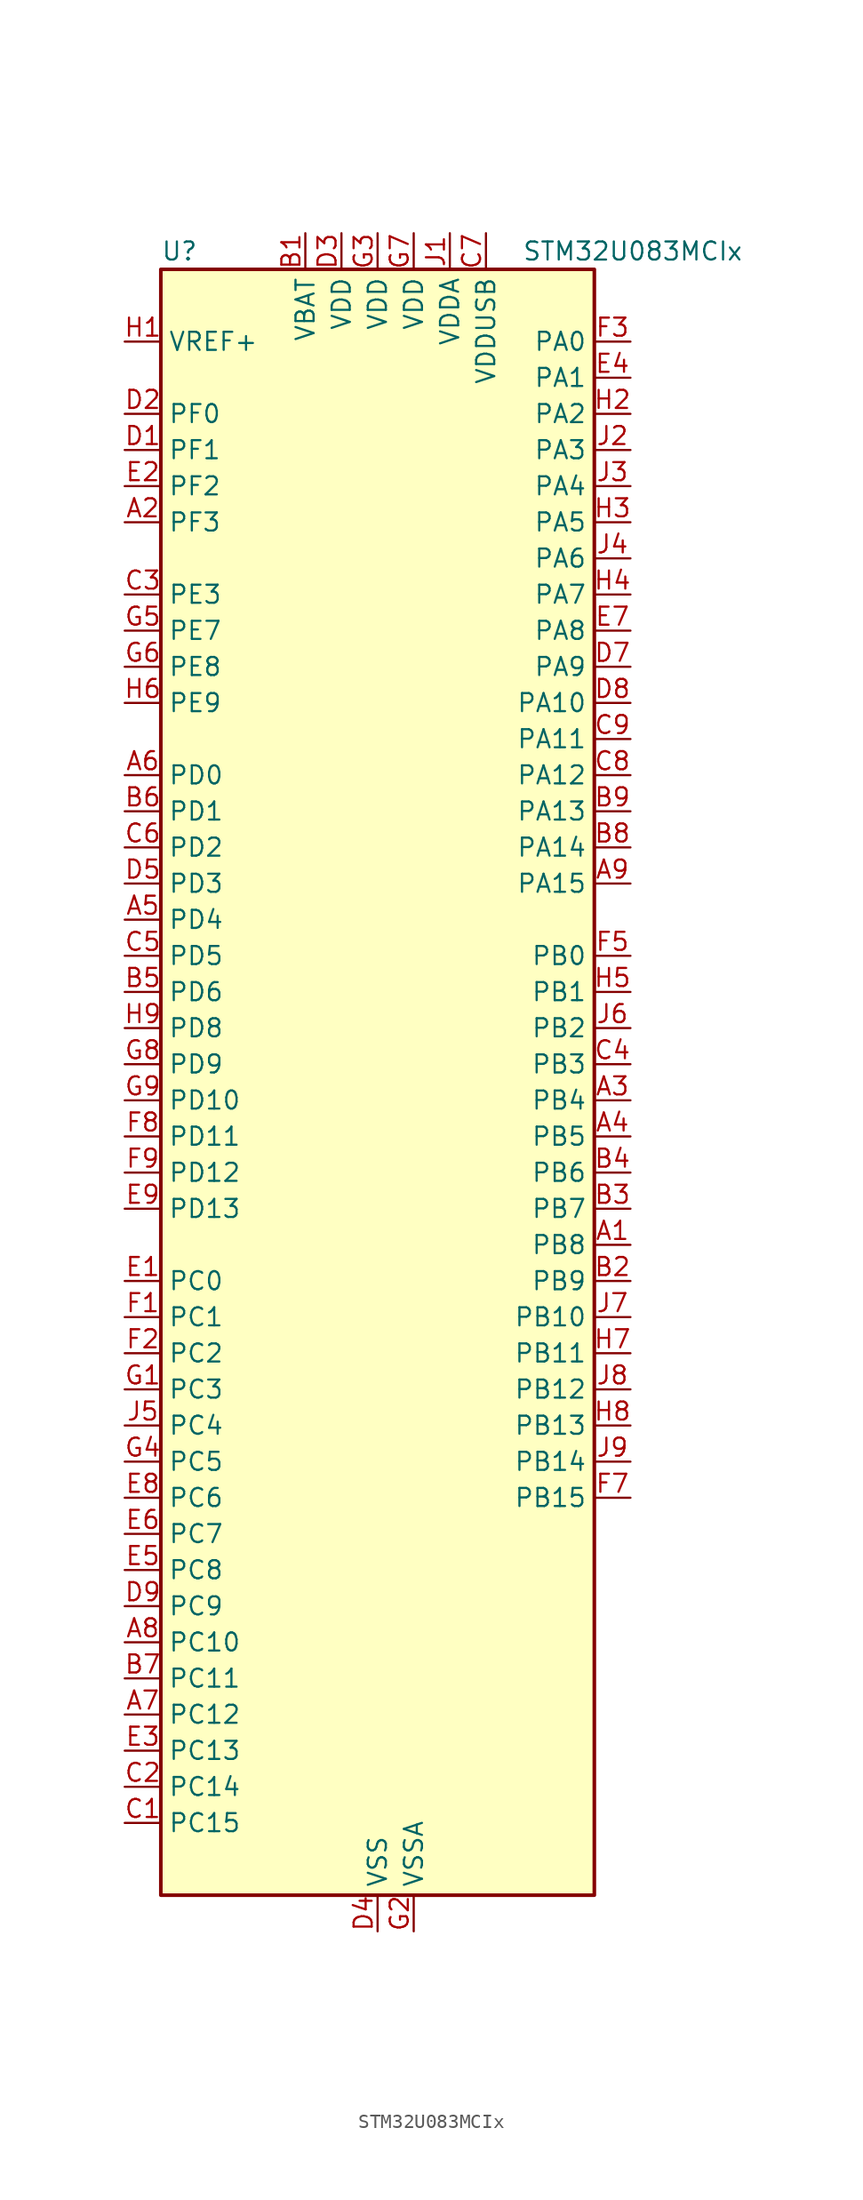
<source format=kicad_sym>
(kicad_symbol_lib
  (version 20241209)
  (generator "kicad_symbol_editor")
  (generator_version "9.0")
  (symbol "STM32U083MCIx"
    (property "Reference" "U"
      (at -15.24 59.69 0)
      (effects (font (size 1.27 1.27)) (justify left)))
    (property "Value" "STM32U083MCIx"
      (at 10.16 59.69 0)
      (effects (font (size 1.27 1.27)) (justify left)))
    (symbol "STM32U083MCIx_0_1"
      (rectangle (start -15.24 -55.88) (end 15.24 58.42) (stroke (width 0.254) (type default)) (fill (type background))))
    (symbol "STM32U083MCIx_1_1"
      (pin input line (at -17.78 53.34 0) (length 2.54) (name "VREF+" (effects (font (size 1.27 1.27)))) (number "H1" (effects (font (size 1.27 1.27)))) (alternate "VREFBUF_OUT" bidirectional line))
      (pin bidirectional line (at -17.78 48.26 0) (length 2.54) (name "PF0" (effects (font (size 1.27 1.27)))) (number "D2" (effects (font (size 1.27 1.27)))) (alternate "RCC_OSC_IN" bidirectional line))
      (pin bidirectional line (at -17.78 45.72 0) (length 2.54) (name "PF1" (effects (font (size 1.27 1.27)))) (number "D1" (effects (font (size 1.27 1.27)))) (alternate "RCC_OSC_EN" bidirectional line) (alternate "RCC_OSC_OUT" bidirectional line))
      (pin bidirectional line (at -17.78 43.18 0) (length 2.54) (name "PF2" (effects (font (size 1.27 1.27)))) (number "E2" (effects (font (size 1.27 1.27)))) (alternate "RCC_MCO" bidirectional line))
      (pin bidirectional line (at -17.78 40.64 0) (length 2.54) (name "PF3" (effects (font (size 1.27 1.27)))) (number "A2" (effects (font (size 1.27 1.27)))))
      (pin bidirectional line (at -17.78 35.56 0) (length 2.54) (name "PE3" (effects (font (size 1.27 1.27)))) (number "C3" (effects (font (size 1.27 1.27)))) (alternate "TIM3_CH1" bidirectional line))
      (pin bidirectional line (at -17.78 33.02 0) (length 2.54) (name "PE7" (effects (font (size 1.27 1.27)))) (number "G5" (effects (font (size 1.27 1.27)))) (alternate "LCD_SEG45" bidirectional line) (alternate "TIM1_ETR" bidirectional line))
      (pin bidirectional line (at -17.78 30.48 0) (length 2.54) (name "PE8" (effects (font (size 1.27 1.27)))) (number "G6" (effects (font (size 1.27 1.27)))) (alternate "LCD_SEG46" bidirectional line) (alternate "TIM1_CH1N" bidirectional line))
      (pin bidirectional line (at -17.78 27.94 0) (length 2.54) (name "PE9" (effects (font (size 1.27 1.27)))) (number "H6" (effects (font (size 1.27 1.27)))) (alternate "DAC1_EXTI9" bidirectional line) (alternate "LCD_SEG47" bidirectional line) (alternate "LPTIM1_CH3" bidirectional line) (alternate "TIM1_CH1" bidirectional line))
      (pin bidirectional line (at -17.78 22.86 0) (length 2.54) (name "PD0" (effects (font (size 1.27 1.27)))) (number "A6" (effects (font (size 1.27 1.27)))) (alternate "LCD_SEG34" bidirectional line) (alternate "SPI2_NSS" bidirectional line))
      (pin bidirectional line (at -17.78 20.32 0) (length 2.54) (name "PD1" (effects (font (size 1.27 1.27)))) (number "B6" (effects (font (size 1.27 1.27)))) (alternate "LCD_SEG35" bidirectional line) (alternate "LPTIM1_CH4" bidirectional line) (alternate "SPI2_SCK" bidirectional line))
      (pin bidirectional line (at -17.78 17.78 0) (length 2.54) (name "PD2" (effects (font (size 1.27 1.27)))) (number "C6" (effects (font (size 1.27 1.27)))) (alternate "LCD_COM7" bidirectional line) (alternate "LCD_SEG31" bidirectional line) (alternate "LCD_SEG51" bidirectional line) (alternate "TIM3_ETR" bidirectional line) (alternate "TSC_SYNC" bidirectional line) (alternate "USART3_DE" bidirectional line) (alternate "USART3_RTS" bidirectional line))
      (pin bidirectional line (at -17.78 15.24 0) (length 2.54) (name "PD3" (effects (font (size 1.27 1.27)))) (number "D5" (effects (font (size 1.27 1.27)))) (alternate "LCD_SEG36" bidirectional line) (alternate "SPI2_MISO" bidirectional line) (alternate "USART2_CTS" bidirectional line))
      (pin bidirectional line (at -17.78 12.7 0) (length 2.54) (name "PD4" (effects (font (size 1.27 1.27)))) (number "A5" (effects (font (size 1.27 1.27)))) (alternate "LCD_SEG37" bidirectional line) (alternate "LPTIM1_CH3" bidirectional line) (alternate "SPI2_MOSI" bidirectional line) (alternate "USART2_DE" bidirectional line) (alternate "USART2_RTS" bidirectional line))
      (pin bidirectional line (at -17.78 10.16 0) (length 2.54) (name "PD5" (effects (font (size 1.27 1.27)))) (number "C5" (effects (font (size 1.27 1.27)))) (alternate "LCD_SEG38" bidirectional line) (alternate "USART2_TX" bidirectional line))
      (pin bidirectional line (at -17.78 7.62 0) (length 2.54) (name "PD6" (effects (font (size 1.27 1.27)))) (number "B5" (effects (font (size 1.27 1.27)))) (alternate "LCD_SEG39" bidirectional line) (alternate "USART2_RX" bidirectional line))
      (pin bidirectional line (at -17.78 5.08 0) (length 2.54) (name "PD8" (effects (font (size 1.27 1.27)))) (number "H9" (effects (font (size 1.27 1.27)))) (alternate "LCD_SEG28" bidirectional line) (alternate "LPUART3_TX" bidirectional line) (alternate "USART3_TX" bidirectional line))
      (pin bidirectional line (at -17.78 2.54 0) (length 2.54) (name "PD9" (effects (font (size 1.27 1.27)))) (number "G8" (effects (font (size 1.27 1.27)))) (alternate "DAC1_EXTI9" bidirectional line) (alternate "LCD_SEG29" bidirectional line) (alternate "LPTIM3_IN1" bidirectional line) (alternate "LPUART3_RX" bidirectional line) (alternate "USART3_RX" bidirectional line))
      (pin bidirectional line (at -17.78 0 0) (length 2.54) (name "PD10" (effects (font (size 1.27 1.27)))) (number "G9" (effects (font (size 1.27 1.27)))) (alternate "COMP2_INP" bidirectional line) (alternate "LCD_SEG30" bidirectional line) (alternate "LPTIM2_CH2" bidirectional line) (alternate "LPTIM3_ETR" bidirectional line) (alternate "TSC_G6_IO1" bidirectional line) (alternate "USART3_CK" bidirectional line))
      (pin bidirectional line (at -17.78 -2.54 0) (length 2.54) (name "PD11" (effects (font (size 1.27 1.27)))) (number "F8" (effects (font (size 1.27 1.27)))) (alternate "ADC1_EXTI11" bidirectional line) (alternate "LCD_SEG31" bidirectional line) (alternate "LPTIM2_ETR" bidirectional line) (alternate "LPUART3_CTS" bidirectional line) (alternate "TSC_G6_IO2" bidirectional line) (alternate "USART3_CTS" bidirectional line))
      (pin bidirectional line (at -17.78 -5.08 0) (length 2.54) (name "PD12" (effects (font (size 1.27 1.27)))) (number "F9" (effects (font (size 1.27 1.27)))) (alternate "I2C4_SCL" bidirectional line) (alternate "LCD_SEG32" bidirectional line) (alternate "LPTIM2_IN1" bidirectional line) (alternate "LPUART3_DE" bidirectional line) (alternate "LPUART3_RTS" bidirectional line) (alternate "TSC_G6_IO3" bidirectional line) (alternate "USART3_DE" bidirectional line) (alternate "USART3_RTS" bidirectional line))
      (pin bidirectional line (at -17.78 -7.62 0) (length 2.54) (name "PD13" (effects (font (size 1.27 1.27)))) (number "E9" (effects (font (size 1.27 1.27)))) (alternate "I2C4_SDA" bidirectional line) (alternate "LCD_SEG33" bidirectional line) (alternate "LPTIM2_CH1" bidirectional line) (alternate "TSC_G6_IO4" bidirectional line))
      (pin bidirectional line (at -17.78 -12.7 0) (length 2.54) (name "PC0" (effects (font (size 1.27 1.27)))) (number "E1" (effects (font (size 1.27 1.27)))) (alternate "ADC1_IN0" bidirectional line) (alternate "I2C3_SCL" bidirectional line) (alternate "I2C4_SCL" bidirectional line) (alternate "LCD_SEG18" bidirectional line) (alternate "LPTIM1_IN1" bidirectional line) (alternate "LPTIM2_IN1" bidirectional line) (alternate "LPUART1_RX" bidirectional line) (alternate "LPUART2_TX" bidirectional line))
      (pin bidirectional line (at -17.78 -15.24 0) (length 2.54) (name "PC1" (effects (font (size 1.27 1.27)))) (number "F1" (effects (font (size 1.27 1.27)))) (alternate "ADC1_IN1" bidirectional line) (alternate "I2C3_SDA" bidirectional line) (alternate "I2C4_SDA" bidirectional line) (alternate "LCD_SEG19" bidirectional line) (alternate "LPTIM1_CH1" bidirectional line) (alternate "LPUART1_TX" bidirectional line) (alternate "LPUART2_RX" bidirectional line))
      (pin bidirectional line (at -17.78 -17.78 0) (length 2.54) (name "PC2" (effects (font (size 1.27 1.27)))) (number "F2" (effects (font (size 1.27 1.27)))) (alternate "ADC1_IN2" bidirectional line) (alternate "LCD_SEG20" bidirectional line) (alternate "LPTIM1_IN2" bidirectional line) (alternate "RCC_MCO2" bidirectional line) (alternate "SPI2_MISO" bidirectional line))
      (pin bidirectional line (at -17.78 -20.32 0) (length 2.54) (name "PC3" (effects (font (size 1.27 1.27)))) (number "G1" (effects (font (size 1.27 1.27)))) (alternate "ADC1_IN3" bidirectional line) (alternate "LCD_VLCD" bidirectional line) (alternate "LPTIM1_ETR" bidirectional line) (alternate "LPTIM2_ETR" bidirectional line) (alternate "LPTIM3_CH1" bidirectional line) (alternate "SPI2_MOSI" bidirectional line) (alternate "USART4_CK" bidirectional line))
      (pin bidirectional line (at -17.78 -22.86 0) (length 2.54) (name "PC4" (effects (font (size 1.27 1.27)))) (number "J5" (effects (font (size 1.27 1.27)))) (alternate "ADC1_IN15" bidirectional line) (alternate "COMP1_INM" bidirectional line) (alternate "LCD_SEG22" bidirectional line) (alternate "LPUART3_TX" bidirectional line) (alternate "USART3_TX" bidirectional line))
      (pin bidirectional line (at -17.78 -25.4 0) (length 2.54) (name "PC5" (effects (font (size 1.27 1.27)))) (number "G4" (effects (font (size 1.27 1.27)))) (alternate "ADC1_IN16" bidirectional line) (alternate "COMP1_INP" bidirectional line) (alternate "LCD_SEG23" bidirectional line) (alternate "LPTIM3_CH3" bidirectional line) (alternate "LPUART3_RX" bidirectional line) (alternate "PWR_WKUP5" bidirectional line) (alternate "TAMP_IN4" bidirectional line) (alternate "USART3_RX" bidirectional line))
      (pin bidirectional line (at -17.78 -27.94 0) (length 2.54) (name "PC6" (effects (font (size 1.27 1.27)))) (number "E8" (effects (font (size 1.27 1.27)))) (alternate "COMP1_INP" bidirectional line) (alternate "LCD_SEG24" bidirectional line) (alternate "LPUART2_TX" bidirectional line) (alternate "TIM3_CH1" bidirectional line) (alternate "TSC_G4_IO1" bidirectional line))
      (pin bidirectional line (at -17.78 -30.48 0) (length 2.54) (name "PC7" (effects (font (size 1.27 1.27)))) (number "E6" (effects (font (size 1.27 1.27)))) (alternate "LCD_SEG25" bidirectional line) (alternate "LPTIM2_CH2" bidirectional line) (alternate "LPTIM3_CH4" bidirectional line) (alternate "LPUART2_RX" bidirectional line) (alternate "TIM3_CH2" bidirectional line) (alternate "TSC_G4_IO2" bidirectional line))
      (pin bidirectional line (at -17.78 -33.02 0) (length 2.54) (name "PC8" (effects (font (size 1.27 1.27)))) (number "E5" (effects (font (size 1.27 1.27)))) (alternate "LCD_SEG26" bidirectional line) (alternate "LPTIM3_CH1" bidirectional line) (alternate "TIM3_CH3" bidirectional line) (alternate "TSC_G4_IO3" bidirectional line))
      (pin bidirectional line (at -17.78 -35.56 0) (length 2.54) (name "PC9" (effects (font (size 1.27 1.27)))) (number "D9" (effects (font (size 1.27 1.27)))) (alternate "DAC1_EXTI9" bidirectional line) (alternate "LCD_SEG27" bidirectional line) (alternate "LPTIM3_CH2" bidirectional line) (alternate "TIM3_CH4" bidirectional line) (alternate "TSC_G4_IO4" bidirectional line) (alternate "USB_NOE" bidirectional line))
      (pin bidirectional line (at -17.78 -38.1 0) (length 2.54) (name "PC10" (effects (font (size 1.27 1.27)))) (number "A8" (effects (font (size 1.27 1.27)))) (alternate "LCD_COM4" bidirectional line) (alternate "LCD_SEG28" bidirectional line) (alternate "LCD_SEG48" bidirectional line) (alternate "LPTIM3_ETR" bidirectional line) (alternate "SPI3_SCK" bidirectional line) (alternate "TSC_G3_IO2" bidirectional line) (alternate "USART3_TX" bidirectional line) (alternate "USART4_TX" bidirectional line))
      (pin bidirectional line (at -17.78 -40.64 0) (length 2.54) (name "PC11" (effects (font (size 1.27 1.27)))) (number "B7" (effects (font (size 1.27 1.27)))) (alternate "ADC1_EXTI11" bidirectional line) (alternate "LCD_COM5" bidirectional line) (alternate "LCD_SEG29" bidirectional line) (alternate "LCD_SEG49" bidirectional line) (alternate "LPTIM3_IN1" bidirectional line) (alternate "SPI3_MISO" bidirectional line) (alternate "TSC_G3_IO3" bidirectional line) (alternate "USART3_RX" bidirectional line) (alternate "USART4_RX" bidirectional line))
      (pin bidirectional line (at -17.78 -43.18 0) (length 2.54) (name "PC12" (effects (font (size 1.27 1.27)))) (number "A7" (effects (font (size 1.27 1.27)))) (alternate "LCD_COM6" bidirectional line) (alternate "LCD_SEG30" bidirectional line) (alternate "LCD_SEG50" bidirectional line) (alternate "LPTIM3_CH3" bidirectional line) (alternate "SPI3_MOSI" bidirectional line) (alternate "USART3_CK" bidirectional line) (alternate "USART4_CK" bidirectional line))
      (pin bidirectional line (at -17.78 -45.72 0) (length 2.54) (name "PC13" (effects (font (size 1.27 1.27)))) (number "E3" (effects (font (size 1.27 1.27)))) (alternate "LPTIM1_CH3" bidirectional line) (alternate "LPTIM3_CH3" bidirectional line) (alternate "PWR_WKUP2" bidirectional line) (alternate "RTC_OUT1" bidirectional line) (alternate "RTC_TS" bidirectional line) (alternate "TAMP_IN1" bidirectional line))
      (pin bidirectional line (at -17.78 -48.26 0) (length 2.54) (name "PC14" (effects (font (size 1.27 1.27)))) (number "C2" (effects (font (size 1.27 1.27)))) (alternate "RCC_OSC32_IN" bidirectional line))
      (pin bidirectional line (at -17.78 -50.8 0) (length 2.54) (name "PC15" (effects (font (size 1.27 1.27)))) (number "C1" (effects (font (size 1.27 1.27)))) (alternate "RCC_OSC32_EN" bidirectional line) (alternate "RCC_OSC32_OUT" bidirectional line) (alternate "RCC_OSC_EN" bidirectional line))
      (pin power_in line (at -5.08 60.96 270) (length 2.54) (name "VBAT" (effects (font (size 1.27 1.27)))) (number "B1" (effects (font (size 1.27 1.27)))))
      (pin power_in line (at -2.54 60.96 270) (length 2.54) (name "VDD" (effects (font (size 1.27 1.27)))) (number "D3" (effects (font (size 1.27 1.27)))))
      (pin power_in line (at 0 60.96 270) (length 2.54) (name "VDD" (effects (font (size 1.27 1.27)))) (number "G3" (effects (font (size 1.27 1.27)))))
      (pin power_in line (at 0 -58.42 90) (length 2.54) (name "VSS" (effects (font (size 1.27 1.27)))) (number "D4" (effects (font (size 1.27 1.27)))))
      (pin passive line (at 0 -58.42 90) (length 2.54) (hide yes) (name "VSS" (effects (font (size 1.27 1.27)))) (number "D6" (effects (font (size 1.27 1.27)))))
      (pin passive line (at 0 -58.42 90) (length 2.54) (hide yes) (name "VSS" (effects (font (size 1.27 1.27)))) (number "F4" (effects (font (size 1.27 1.27)))))
      (pin passive line (at 0 -58.42 90) (length 2.54) (hide yes) (name "VSS" (effects (font (size 1.27 1.27)))) (number "F6" (effects (font (size 1.27 1.27)))))
      (pin power_in line (at 2.54 60.96 270) (length 2.54) (name "VDD" (effects (font (size 1.27 1.27)))) (number "G7" (effects (font (size 1.27 1.27)))))
      (pin power_in line (at 2.54 -58.42 90) (length 2.54) (name "VSSA" (effects (font (size 1.27 1.27)))) (number "G2" (effects (font (size 1.27 1.27)))))
      (pin power_in line (at 5.08 60.96 270) (length 2.54) (name "VDDA" (effects (font (size 1.27 1.27)))) (number "J1" (effects (font (size 1.27 1.27)))))
      (pin power_in line (at 7.62 60.96 270) (length 2.54) (name "VDDUSB" (effects (font (size 1.27 1.27)))) (number "C7" (effects (font (size 1.27 1.27)))))
      (pin bidirectional line (at 17.78 53.34 180) (length 2.54) (name "PA0" (effects (font (size 1.27 1.27)))) (number "F3" (effects (font (size 1.27 1.27)))) (alternate "ADC1_IN4" bidirectional line) (alternate "COMP1_INM" bidirectional line) (alternate "COMP1_OUT" bidirectional line) (alternate "LCD_SEG42" bidirectional line) (alternate "OPAMP1_VINP" bidirectional line) (alternate "PWR_WKUP1" bidirectional line) (alternate "TAMP_IN2" bidirectional line) (alternate "TIM2_CH1" bidirectional line) (alternate "TIM2_ETR" bidirectional line) (alternate "USART2_CTS" bidirectional line) (alternate "USART4_TX" bidirectional line))
      (pin bidirectional line (at 17.78 50.8 180) (length 2.54) (name "PA1" (effects (font (size 1.27 1.27)))) (number "E4" (effects (font (size 1.27 1.27)))) (alternate "ADC1_IN5" bidirectional line) (alternate "COMP1_INP" bidirectional line) (alternate "LCD_SEG0" bidirectional line) (alternate "LPTIM1_CH2" bidirectional line) (alternate "OPAMP1_VINM" bidirectional line) (alternate "PWR_WKUP3" bidirectional line) (alternate "SPI1_SCK" bidirectional line) (alternate "SPI2_SCK" bidirectional line) (alternate "TAMP_IN5" bidirectional line) (alternate "TIM15_CH1N" bidirectional line) (alternate "TIM2_CH2" bidirectional line) (alternate "USART2_DE" bidirectional line) (alternate "USART2_RTS" bidirectional line) (alternate "USART4_RX" bidirectional line))
      (pin bidirectional line (at 17.78 48.26 180) (length 2.54) (name "PA2" (effects (font (size 1.27 1.27)))) (number "H2" (effects (font (size 1.27 1.27)))) (alternate "ADC1_IN6" bidirectional line) (alternate "COMP2_INM" bidirectional line) (alternate "COMP2_OUT" bidirectional line) (alternate "LCD_SEG1" bidirectional line) (alternate "LPUART1_TX" bidirectional line) (alternate "PWR_WKUP4" bidirectional line) (alternate "RCC_LSCO" bidirectional line) (alternate "TIM15_CH1" bidirectional line) (alternate "TIM2_CH3" bidirectional line) (alternate "USART2_TX" bidirectional line))
      (pin bidirectional line (at 17.78 45.72 180) (length 2.54) (name "PA3" (effects (font (size 1.27 1.27)))) (number "J2" (effects (font (size 1.27 1.27)))) (alternate "ADC1_IN7" bidirectional line) (alternate "COMP2_INP" bidirectional line) (alternate "LCD_SEG2" bidirectional line) (alternate "LPUART1_RX" bidirectional line) (alternate "OPAMP1_VOUT" bidirectional line) (alternate "TIM15_CH2" bidirectional line) (alternate "TIM2_CH4" bidirectional line) (alternate "USART2_RX" bidirectional line))
      (pin bidirectional line (at 17.78 43.18 180) (length 2.54) (name "PA4" (effects (font (size 1.27 1.27)))) (number "J3" (effects (font (size 1.27 1.27)))) (alternate "ADC1_IN8" bidirectional line) (alternate "COMP1_INM" bidirectional line) (alternate "COMP2_INM" bidirectional line) (alternate "DAC1_OUT1" bidirectional line) (alternate "LCD_SEG43" bidirectional line) (alternate "LPTIM2_CH1" bidirectional line) (alternate "LPUART3_TX" bidirectional line) (alternate "SPI1_NSS" bidirectional line) (alternate "SPI3_NSS" bidirectional line) (alternate "USART2_CK" bidirectional line))
      (pin bidirectional line (at 17.78 40.64 180) (length 2.54) (name "PA5" (effects (font (size 1.27 1.27)))) (number "H3" (effects (font (size 1.27 1.27)))) (alternate "ADC1_IN9" bidirectional line) (alternate "COMP1_INM" bidirectional line) (alternate "COMP2_INM" bidirectional line) (alternate "LCD_SEG44" bidirectional line) (alternate "LPTIM2_ETR" bidirectional line) (alternate "LPUART3_RX" bidirectional line) (alternate "SPI1_SCK" bidirectional line) (alternate "TIM2_CH1" bidirectional line) (alternate "TIM2_ETR" bidirectional line) (alternate "USART3_TX" bidirectional line))
      (pin bidirectional line (at 17.78 38.1 180) (length 2.54) (name "PA6" (effects (font (size 1.27 1.27)))) (number "J4" (effects (font (size 1.27 1.27)))) (alternate "ADC1_IN10" bidirectional line) (alternate "COMP1_OUT" bidirectional line) (alternate "I2C2_SDA" bidirectional line) (alternate "I2C3_SDA" bidirectional line) (alternate "LCD_SEG3" bidirectional line) (alternate "LPUART1_CTS" bidirectional line) (alternate "SPI1_MISO" bidirectional line) (alternate "TIM16_CH1" bidirectional line) (alternate "TIM1_BKIN" bidirectional line) (alternate "TIM3_CH1" bidirectional line) (alternate "TSC_G5_IO1" bidirectional line) (alternate "USART3_CTS" bidirectional line))
      (pin bidirectional line (at 17.78 35.56 180) (length 2.54) (name "PA7" (effects (font (size 1.27 1.27)))) (number "H4" (effects (font (size 1.27 1.27)))) (alternate "ADC1_IN14" bidirectional line) (alternate "COMP2_OUT" bidirectional line) (alternate "I2C2_SCL" bidirectional line) (alternate "I2C3_SCL" bidirectional line) (alternate "LCD_SEG4" bidirectional line) (alternate "LPTIM2_CH2" bidirectional line) (alternate "SPI1_MOSI" bidirectional line) (alternate "TIM1_CH1N" bidirectional line) (alternate "TIM3_CH2" bidirectional line) (alternate "USART3_RX" bidirectional line))
      (pin bidirectional line (at 17.78 33.02 180) (length 2.54) (name "PA8" (effects (font (size 1.27 1.27)))) (number "E7" (effects (font (size 1.27 1.27)))) (alternate "LCD_COM0" bidirectional line) (alternate "LPTIM2_CH1" bidirectional line) (alternate "RCC_MCO" bidirectional line) (alternate "RCC_MCO2" bidirectional line) (alternate "TIM1_CH1" bidirectional line) (alternate "TSC_G7_IO1" bidirectional line) (alternate "USART1_CK" bidirectional line))
      (pin bidirectional line (at 17.78 30.48 180) (length 2.54) (name "PA9" (effects (font (size 1.27 1.27)))) (number "D7" (effects (font (size 1.27 1.27)))) (alternate "COMP1_INP" bidirectional line) (alternate "DAC1_EXTI9" bidirectional line) (alternate "I2C1_SCL" bidirectional line) (alternate "I2C2_SCL" bidirectional line) (alternate "LCD_COM1" bidirectional line) (alternate "RCC_MCO" bidirectional line) (alternate "TIM15_BKIN" bidirectional line) (alternate "TIM1_CH2" bidirectional line) (alternate "TSC_G7_IO2" bidirectional line) (alternate "USART1_TX" bidirectional line))
      (pin bidirectional line (at 17.78 27.94 180) (length 2.54) (name "PA10" (effects (font (size 1.27 1.27)))) (number "D8" (effects (font (size 1.27 1.27)))) (alternate "CRS_SYNC" bidirectional line) (alternate "I2C1_SDA" bidirectional line) (alternate "I2C2_SDA" bidirectional line) (alternate "LCD_COM2" bidirectional line) (alternate "RCC_MCO2" bidirectional line) (alternate "SPI2_NSS" bidirectional line) (alternate "TIM1_CH3" bidirectional line) (alternate "TSC_G7_IO3" bidirectional line) (alternate "USART1_RX" bidirectional line))
      (pin bidirectional line (at 17.78 25.4 180) (length 2.54) (name "PA11" (effects (font (size 1.27 1.27)))) (number "C9" (effects (font (size 1.27 1.27)))) (alternate "ADC1_EXTI11" bidirectional line) (alternate "COMP1_OUT" bidirectional line) (alternate "SPI1_MISO" bidirectional line) (alternate "SPI2_MISO" bidirectional line) (alternate "TIM1_BKIN2" bidirectional line) (alternate "TIM1_CH4" bidirectional line) (alternate "USART1_CTS" bidirectional line) (alternate "USB_DM" bidirectional line))
      (pin bidirectional line (at 17.78 22.86 180) (length 2.54) (name "PA12" (effects (font (size 1.27 1.27)))) (number "C8" (effects (font (size 1.27 1.27)))) (alternate "SPI1_MOSI" bidirectional line) (alternate "SPI2_MOSI" bidirectional line) (alternate "TIM1_ETR" bidirectional line) (alternate "USART1_DE" bidirectional line) (alternate "USART1_RTS" bidirectional line) (alternate "USB_DP" bidirectional line))
      (pin bidirectional line (at 17.78 20.32 180) (length 2.54) (name "PA13" (effects (font (size 1.27 1.27)))) (number "B9" (effects (font (size 1.27 1.27)))) (alternate "DEBUG_JTMS-SWDIO" bidirectional line) (alternate "IR_OUT" bidirectional line) (alternate "LCD_SEG40" bidirectional line) (alternate "TSC_G7_IO4" bidirectional line) (alternate "USB_NOE" bidirectional line))
      (pin bidirectional line (at 17.78 17.78 180) (length 2.54) (name "PA14" (effects (font (size 1.27 1.27)))) (number "B8" (effects (font (size 1.27 1.27)))) (alternate "DEBUG_JTCK-SWCLK" bidirectional line) (alternate "LCD_SEG41" bidirectional line) (alternate "LPTIM1_CH1" bidirectional line) (alternate "TSC_G3_IO4" bidirectional line))
      (pin bidirectional line (at 17.78 15.24 180) (length 2.54) (name "PA15" (effects (font (size 1.27 1.27)))) (number "A9" (effects (font (size 1.27 1.27)))) (alternate "DEBUG_JTDI" bidirectional line) (alternate "LCD_SEG17" bidirectional line) (alternate "LPTIM3_CH3" bidirectional line) (alternate "LPTIM3_IN2" bidirectional line) (alternate "SPI1_NSS" bidirectional line) (alternate "SPI3_NSS" bidirectional line) (alternate "TIM2_CH1" bidirectional line) (alternate "TIM2_ETR" bidirectional line) (alternate "TSC_G3_IO1" bidirectional line) (alternate "USART2_RX" bidirectional line) (alternate "USART3_DE" bidirectional line) (alternate "USART3_RTS" bidirectional line) (alternate "USART4_DE" bidirectional line) (alternate "USART4_RTS" bidirectional line))
      (pin bidirectional line (at 17.78 10.16 180) (length 2.54) (name "PB0" (effects (font (size 1.27 1.27)))) (number "F5" (effects (font (size 1.27 1.27)))) (alternate "ADC1_IN17" bidirectional line) (alternate "COMP1_OUT" bidirectional line) (alternate "LCD_SEG5" bidirectional line) (alternate "LPTIM3_CH1" bidirectional line) (alternate "LPUART2_CTS" bidirectional line) (alternate "SPI1_NSS" bidirectional line) (alternate "TIM1_CH2N" bidirectional line) (alternate "TIM3_CH3" bidirectional line) (alternate "TSC_G5_IO2" bidirectional line) (alternate "USART3_CK" bidirectional line))
      (pin bidirectional line (at 17.78 7.62 180) (length 2.54) (name "PB1" (effects (font (size 1.27 1.27)))) (number "H5" (effects (font (size 1.27 1.27)))) (alternate "ADC1_IN18" bidirectional line) (alternate "COMP1_INM" bidirectional line) (alternate "LCD_SEG6" bidirectional line) (alternate "LPTIM2_IN1" bidirectional line) (alternate "LPTIM3_CH2" bidirectional line) (alternate "LPUART1_DE" bidirectional line) (alternate "LPUART1_RTS" bidirectional line) (alternate "LPUART2_DE" bidirectional line) (alternate "LPUART2_RTS" bidirectional line) (alternate "TIM1_CH3N" bidirectional line) (alternate "TIM3_CH4" bidirectional line) (alternate "TSC_SYNC" bidirectional line) (alternate "USART3_DE" bidirectional line) (alternate "USART3_RTS" bidirectional line))
      (pin bidirectional line (at 17.78 5.08 180) (length 2.54) (name "PB2" (effects (font (size 1.27 1.27)))) (number "J6" (effects (font (size 1.27 1.27)))) (alternate "COMP1_INP" bidirectional line) (alternate "LCD_VLCD" bidirectional line) (alternate "LPTIM1_CH1" bidirectional line) (alternate "RTC_OUT2" bidirectional line))
      (pin bidirectional line (at 17.78 2.54 180) (length 2.54) (name "PB3" (effects (font (size 1.27 1.27)))) (number "C4" (effects (font (size 1.27 1.27)))) (alternate "COMP2_INM" bidirectional line) (alternate "DEBUG_JTDO-SWO" bidirectional line) (alternate "I2C2_SCL" bidirectional line) (alternate "I2C3_SCL" bidirectional line) (alternate "LCD_SEG7" bidirectional line) (alternate "LPTIM1_CH3" bidirectional line) (alternate "SPI1_SCK" bidirectional line) (alternate "SPI3_SCK" bidirectional line) (alternate "TIM2_CH2" bidirectional line) (alternate "USART1_DE" bidirectional line) (alternate "USART1_RTS" bidirectional line))
      (pin bidirectional line (at 17.78 0 180) (length 2.54) (name "PB4" (effects (font (size 1.27 1.27)))) (number "A3" (effects (font (size 1.27 1.27)))) (alternate "COMP2_INP" bidirectional line) (alternate "I2C2_SDA" bidirectional line) (alternate "I2C3_SDA" bidirectional line) (alternate "LCD_SEG8" bidirectional line) (alternate "LPTIM1_CH4" bidirectional line) (alternate "LPUART3_DE" bidirectional line) (alternate "LPUART3_RTS" bidirectional line) (alternate "SPI1_MISO" bidirectional line) (alternate "SPI3_MISO" bidirectional line) (alternate "TIM3_CH1" bidirectional line) (alternate "TSC_G2_IO1" bidirectional line) (alternate "USART1_CTS" bidirectional line))
      (pin bidirectional line (at 17.78 -2.54 180) (length 2.54) (name "PB5" (effects (font (size 1.27 1.27)))) (number "A4" (effects (font (size 1.27 1.27)))) (alternate "COMP2_OUT" bidirectional line) (alternate "LCD_SEG9" bidirectional line) (alternate "LPTIM1_IN1" bidirectional line) (alternate "LPUART3_CTS" bidirectional line) (alternate "SPI1_MOSI" bidirectional line) (alternate "SPI3_MOSI" bidirectional line) (alternate "TIM16_BKIN" bidirectional line) (alternate "TIM3_CH2" bidirectional line) (alternate "TSC_G2_IO2" bidirectional line) (alternate "USART1_CK" bidirectional line))
      (pin bidirectional line (at 17.78 -5.08 180) (length 2.54) (name "PB6" (effects (font (size 1.27 1.27)))) (number "B4" (effects (font (size 1.27 1.27)))) (alternate "COMP2_INP" bidirectional line) (alternate "I2C1_SCL" bidirectional line) (alternate "I2C2_SCL" bidirectional line) (alternate "I2C4_SCL" bidirectional line) (alternate "LPTIM1_ETR" bidirectional line) (alternate "LPUART2_TX" bidirectional line) (alternate "LPUART3_TX" bidirectional line) (alternate "TIM16_CH1N" bidirectional line) (alternate "TSC_G2_IO3" bidirectional line) (alternate "USART1_TX" bidirectional line))
      (pin bidirectional line (at 17.78 -7.62 180) (length 2.54) (name "PB7" (effects (font (size 1.27 1.27)))) (number "B3" (effects (font (size 1.27 1.27)))) (alternate "COMP2_INM" bidirectional line) (alternate "I2C1_SDA" bidirectional line) (alternate "I2C2_SDA" bidirectional line) (alternate "I2C4_SDA" bidirectional line) (alternate "LCD_SEG21" bidirectional line) (alternate "LPTIM1_IN2" bidirectional line) (alternate "LPUART2_RX" bidirectional line) (alternate "LPUART3_RX" bidirectional line) (alternate "PWR_PVD_IN" bidirectional line) (alternate "TSC_G2_IO4" bidirectional line) (alternate "USART1_RX" bidirectional line) (alternate "USART4_CTS" bidirectional line))
      (pin bidirectional line (at 17.78 -10.16 180) (length 2.54) (name "PB8" (effects (font (size 1.27 1.27)))) (number "A1" (effects (font (size 1.27 1.27)))) (alternate "I2C1_SCL" bidirectional line) (alternate "I2C2_SCL" bidirectional line) (alternate "LCD_SEG16" bidirectional line) (alternate "LPTIM1_IN2" bidirectional line) (alternate "LPTIM3_IN2" bidirectional line) (alternate "TIM16_CH1" bidirectional line) (alternate "USART3_TX" bidirectional line))
      (pin bidirectional line (at 17.78 -12.7 180) (length 2.54) (name "PB9" (effects (font (size 1.27 1.27)))) (number "B2" (effects (font (size 1.27 1.27)))) (alternate "DAC1_EXTI9" bidirectional line) (alternate "I2C1_SDA" bidirectional line) (alternate "I2C2_SDA" bidirectional line) (alternate "IR_OUT" bidirectional line) (alternate "LCD_COM3" bidirectional line) (alternate "LPTIM1_CH4" bidirectional line) (alternate "LPTIM3_CH4" bidirectional line) (alternate "SPI2_NSS" bidirectional line) (alternate "USART3_RX" bidirectional line))
      (pin bidirectional line (at 17.78 -15.24 180) (length 2.54) (name "PB10" (effects (font (size 1.27 1.27)))) (number "J7" (effects (font (size 1.27 1.27)))) (alternate "COMP1_OUT" bidirectional line) (alternate "I2C2_SCL" bidirectional line) (alternate "I2C4_SCL" bidirectional line) (alternate "LCD_SEG10" bidirectional line) (alternate "LPTIM3_CH1" bidirectional line) (alternate "LPUART1_RX" bidirectional line) (alternate "LPUART2_RX" bidirectional line) (alternate "SPI2_SCK" bidirectional line) (alternate "TIM2_CH3" bidirectional line) (alternate "TSC_G5_IO3" bidirectional line) (alternate "USART3_TX" bidirectional line))
      (pin bidirectional line (at 17.78 -17.78 180) (length 2.54) (name "PB11" (effects (font (size 1.27 1.27)))) (number "H7" (effects (font (size 1.27 1.27)))) (alternate "ADC1_EXTI11" bidirectional line) (alternate "COMP2_OUT" bidirectional line) (alternate "I2C2_SDA" bidirectional line) (alternate "I2C4_SDA" bidirectional line) (alternate "LCD_SEG11" bidirectional line) (alternate "LPUART1_TX" bidirectional line) (alternate "LPUART2_TX" bidirectional line) (alternate "TIM2_CH4" bidirectional line) (alternate "TSC_G5_IO4" bidirectional line) (alternate "USART3_RX" bidirectional line))
      (pin bidirectional line (at 17.78 -20.32 180) (length 2.54) (name "PB12" (effects (font (size 1.27 1.27)))) (number "J8" (effects (font (size 1.27 1.27)))) (alternate "LCD_SEG12" bidirectional line) (alternate "LPUART1_DE" bidirectional line) (alternate "LPUART1_RTS" bidirectional line) (alternate "SPI2_NSS" bidirectional line) (alternate "TIM15_BKIN" bidirectional line) (alternate "TIM1_BKIN" bidirectional line) (alternate "TSC_G1_IO1" bidirectional line) (alternate "USART3_CK" bidirectional line))
      (pin bidirectional line (at 17.78 -22.86 180) (length 2.54) (name "PB13" (effects (font (size 1.27 1.27)))) (number "H8" (effects (font (size 1.27 1.27)))) (alternate "I2C2_SCL" bidirectional line) (alternate "LCD_SEG13" bidirectional line) (alternate "LPTIM3_IN1" bidirectional line) (alternate "LPUART1_CTS" bidirectional line) (alternate "SPI2_SCK" bidirectional line) (alternate "TIM15_CH1N" bidirectional line) (alternate "TIM1_CH1N" bidirectional line) (alternate "TSC_G1_IO2" bidirectional line) (alternate "USART3_CTS" bidirectional line))
      (pin bidirectional line (at 17.78 -25.4 180) (length 2.54) (name "PB14" (effects (font (size 1.27 1.27)))) (number "J9" (effects (font (size 1.27 1.27)))) (alternate "I2C2_SDA" bidirectional line) (alternate "LCD_SEG14" bidirectional line) (alternate "LPTIM3_ETR" bidirectional line) (alternate "SPI2_MISO" bidirectional line) (alternate "TIM15_CH1" bidirectional line) (alternate "TIM1_CH2N" bidirectional line) (alternate "TSC_G1_IO3" bidirectional line) (alternate "USART3_DE" bidirectional line) (alternate "USART3_RTS" bidirectional line))
      (pin bidirectional line (at 17.78 -27.94 180) (length 2.54) (name "PB15" (effects (font (size 1.27 1.27)))) (number "F7" (effects (font (size 1.27 1.27)))) (alternate "LCD_SEG15" bidirectional line) (alternate "PWR_WKUP7" bidirectional line) (alternate "RTC_REFIN" bidirectional line) (alternate "SPI2_MOSI" bidirectional line) (alternate "TAMP_IN3" bidirectional line) (alternate "TIM15_CH2" bidirectional line) (alternate "TIM1_CH3N" bidirectional line) (alternate "TSC_G1_IO4" bidirectional line)))))
</source>
